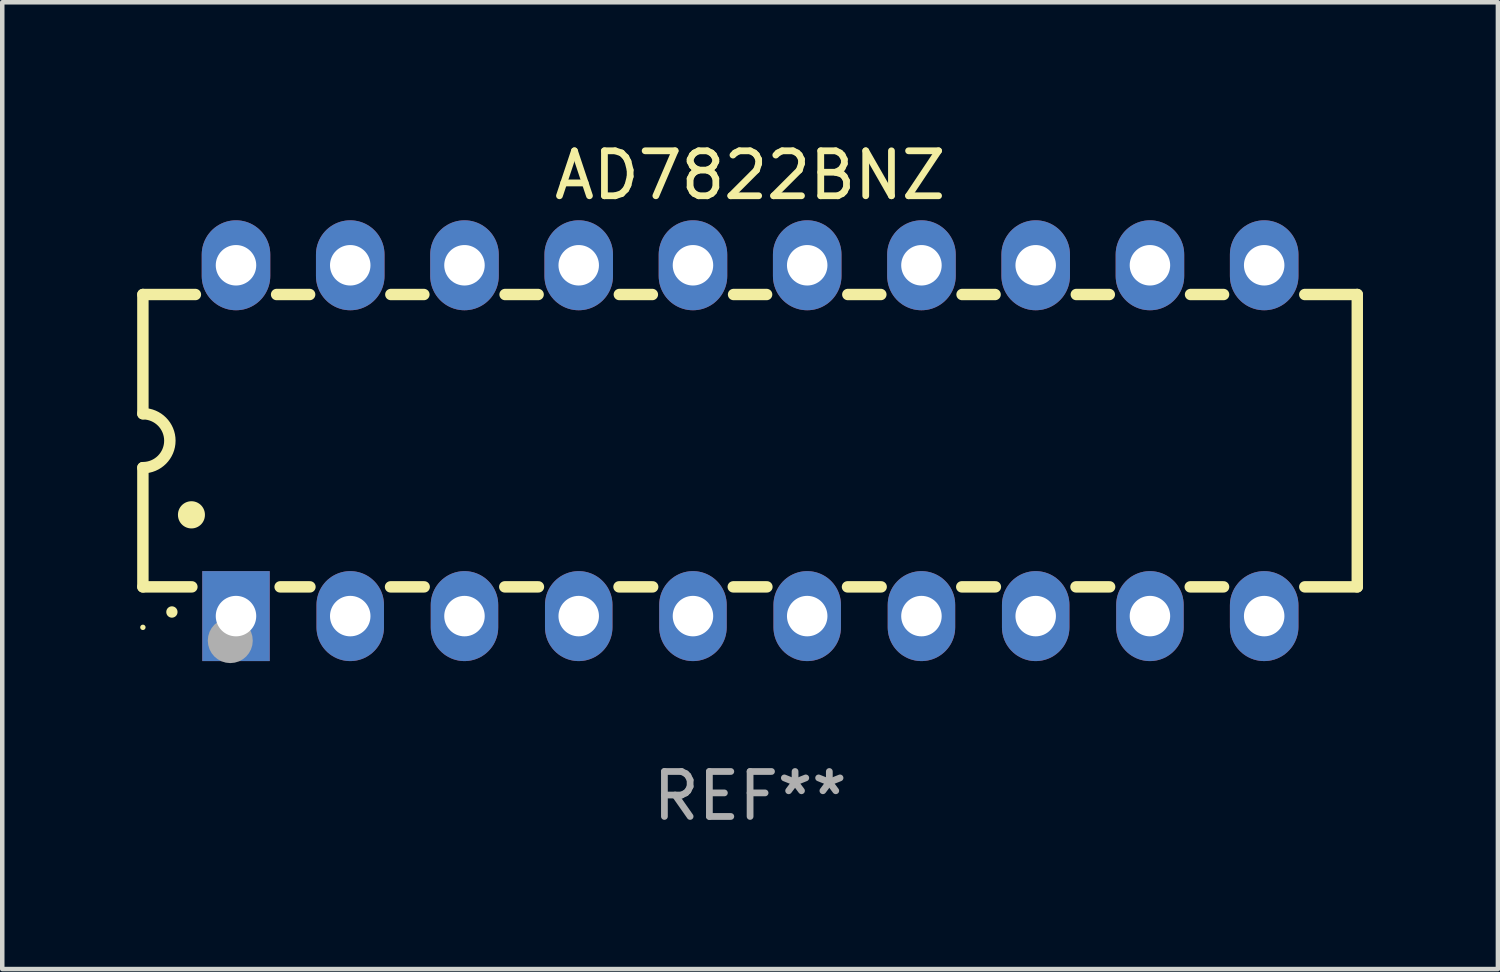
<source format=kicad_pcb>
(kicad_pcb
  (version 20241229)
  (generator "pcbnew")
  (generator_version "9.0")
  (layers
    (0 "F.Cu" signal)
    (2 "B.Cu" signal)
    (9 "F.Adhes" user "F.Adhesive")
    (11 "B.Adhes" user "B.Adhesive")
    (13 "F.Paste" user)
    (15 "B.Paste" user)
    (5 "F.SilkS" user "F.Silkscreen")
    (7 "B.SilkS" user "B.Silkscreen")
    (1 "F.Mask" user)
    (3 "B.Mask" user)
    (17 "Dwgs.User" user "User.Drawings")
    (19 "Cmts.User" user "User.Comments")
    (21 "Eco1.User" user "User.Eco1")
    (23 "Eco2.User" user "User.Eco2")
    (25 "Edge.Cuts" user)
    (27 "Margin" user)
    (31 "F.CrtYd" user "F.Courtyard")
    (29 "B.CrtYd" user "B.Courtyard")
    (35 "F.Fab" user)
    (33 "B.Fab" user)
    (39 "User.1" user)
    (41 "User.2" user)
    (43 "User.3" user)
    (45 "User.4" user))
  (footprint "AD7822BNZ"
    (layer "F.Cu")
    (at 13.627 6.748)
    (property "Reference" "AD7822BNZ" (at 0 -5.9 0) (layer "F.SilkS") (effects (font (size 1 1) (thickness 0.15))))
    (attr through_hole)
    (fp_line (start -13.5 -3.25) (end -12.333 -3.25) (stroke (width 0.254) (type solid)) (layer "F.SilkS"))
    (fp_line (start -13.5 -0.6) (end -13.5 -3.25) (stroke (width 0.254) (type solid)) (layer "F.SilkS"))
    (fp_line (start -13.5 3.25) (end -13.5 0.6) (stroke (width 0.254) (type solid)) (layer "F.SilkS"))
    (fp_line (start -13.5 3.25) (end -12.411 3.25) (stroke (width 0.254) (type solid)) (layer "F.SilkS"))
    (fp_line (start -10.527 -3.25) (end -9.793 -3.25) (stroke (width 0.254) (type solid)) (layer "F.SilkS"))
    (fp_line (start -10.449 3.25) (end -9.786 3.25) (stroke (width 0.254) (type solid)) (layer "F.SilkS"))
    (fp_line (start -7.994 3.25) (end -7.246 3.25) (stroke (width 0.254) (type solid)) (layer "F.SilkS"))
    (fp_line (start -7.987 -3.25) (end -7.253 -3.25) (stroke (width 0.254) (type solid)) (layer "F.SilkS"))
    (fp_line (start -5.454 3.25) (end -4.706 3.25) (stroke (width 0.254) (type solid)) (layer "F.SilkS"))
    (fp_line (start -5.447 -3.25) (end -4.713 -3.25) (stroke (width 0.254) (type solid)) (layer "F.SilkS"))
    (fp_line (start -2.914 3.25) (end -2.166 3.25) (stroke (width 0.254) (type solid)) (layer "F.SilkS"))
    (fp_line (start -2.907 -3.25) (end -2.173 -3.25) (stroke (width 0.254) (type solid)) (layer "F.SilkS"))
    (fp_line (start -0.374 3.25) (end 0.374 3.25) (stroke (width 0.254) (type solid)) (layer "F.SilkS"))
    (fp_line (start -0.367 -3.25) (end 0.367 -3.25) (stroke (width 0.254) (type solid)) (layer "F.SilkS"))
    (fp_line (start 2.166 3.25) (end 2.914 3.25) (stroke (width 0.254) (type solid)) (layer "F.SilkS"))
    (fp_line (start 2.173 -3.25) (end 2.907 -3.25) (stroke (width 0.254) (type solid)) (layer "F.SilkS"))
    (fp_line (start 4.706 3.25) (end 5.454 3.25) (stroke (width 0.254) (type solid)) (layer "F.SilkS"))
    (fp_line (start 4.713 -3.25) (end 5.447 -3.25) (stroke (width 0.254) (type solid)) (layer "F.SilkS"))
    (fp_line (start 7.246 3.25) (end 7.994 3.25) (stroke (width 0.254) (type solid)) (layer "F.SilkS"))
    (fp_line (start 7.253 -3.25) (end 7.987 -3.25) (stroke (width 0.254) (type solid)) (layer "F.SilkS"))
    (fp_line (start 9.786 3.25) (end 10.527 3.25) (stroke (width 0.254) (type solid)) (layer "F.SilkS"))
    (fp_line (start 9.793 -3.25) (end 10.527 -3.25) (stroke (width 0.254) (type solid)) (layer "F.SilkS"))
    (fp_line (start 12.333 -3.25) (end 13.5 -3.25) (stroke (width 0.254) (type solid)) (layer "F.SilkS"))
    (fp_line (start 12.333 3.25) (end 13.5 3.25) (stroke (width 0.254) (type solid)) (layer "F.SilkS"))
    (fp_line (start 13.5 -3.25) (end 13.5 3.25) (stroke (width 0.254) (type solid)) (layer "F.SilkS"))
    (fp_arc (start -13.500127 -0.599442) (mid -12.900406 0.000228) (end -13.500025 0.6) (stroke (width 0.254001) (type solid)) (layer "F.SilkS"))
    (fp_arc (start -12.854966 3.810008) (mid -12.854973 3.808738) (end -12.854966 3.807468) (stroke (width 0.25) (type solid)) (layer "F.SilkS"))
    (fp_arc (start -12.420625 1.651003) (mid -12.420636 1.648463) (end -12.420625 1.645923) (stroke (width 0.6) (type solid)) (layer "F.SilkS"))
    (fp_circle (center -13.5 4.15) (end -13.47 4.15) (stroke (width 0.06) (type solid)) (fill no) (layer "F.SilkS"))
    (fp_circle (center -11.557 4.445) (end -11.307 4.445) (stroke (width 0.5) (type solid)) (fill no) (layer "F.Fab"))
    (fp_text user "REF**" (at 0 7.9 0) (layer "F.Fab") (effects (font (size 1 1) (thickness 0.15))))
    (pad "1" thru_hole rect (at -11.43 3.9 90) (size 2 1.5) (drill 0.9) (layers "*.Cu" "*.Mask"))
    (pad "2" thru_hole oval (at -8.89 3.9 90) (size 2 1.5) (drill 0.9) (layers "*.Cu" "*.Mask"))
    (pad "3" thru_hole oval (at -6.35 3.9 90) (size 2 1.5) (drill 0.9) (layers "*.Cu" "*.Mask"))
    (pad "4" thru_hole oval (at -3.81 3.9 90) (size 2 1.5) (drill 0.9) (layers "*.Cu" "*.Mask"))
    (pad "5" thru_hole oval (at -1.27 3.9 90) (size 2 1.5) (drill 0.9) (layers "*.Cu" "*.Mask"))
    (pad "6" thru_hole oval (at 1.27 3.9 90) (size 2 1.5) (drill 0.9) (layers "*.Cu" "*.Mask"))
    (pad "7" thru_hole oval (at 3.81 3.9 90) (size 2 1.5) (drill 0.9) (layers "*.Cu" "*.Mask"))
    (pad "8" thru_hole oval (at 6.35 3.9 90) (size 2 1.5) (drill 0.9) (layers "*.Cu" "*.Mask"))
    (pad "9" thru_hole oval (at 8.89 3.9 90) (size 2 1.5) (drill 0.9) (layers "*.Cu" "*.Mask"))
    (pad "10" thru_hole oval (at 11.43 3.9 90) (size 2 1.524) (drill 0.9) (layers "*.Cu" "*.Mask"))
    (pad "11" thru_hole oval (at 11.43 -3.9 90) (size 2 1.524) (drill 0.9) (layers "*.Cu" "*.Mask"))
    (pad "12" thru_hole oval (at 8.89 -3.9 90) (size 2 1.524) (drill 0.9) (layers "*.Cu" "*.Mask"))
    (pad "13" thru_hole oval (at 6.35 -3.9 90) (size 2 1.524) (drill 0.9) (layers "*.Cu" "*.Mask"))
    (pad "14" thru_hole oval (at 3.81 -3.9 90) (size 2 1.524) (drill 0.9) (layers "*.Cu" "*.Mask"))
    (pad "15" thru_hole oval (at 1.27 -3.9 90) (size 2 1.524) (drill 0.9) (layers "*.Cu" "*.Mask"))
    (pad "16" thru_hole oval (at -1.27 -3.9 90) (size 2 1.524) (drill 0.9) (layers "*.Cu" "*.Mask"))
    (pad "17" thru_hole oval (at -3.81 -3.9 90) (size 2 1.524) (drill 0.9) (layers "*.Cu" "*.Mask"))
    (pad "18" thru_hole oval (at -6.35 -3.9 90) (size 2 1.524) (drill 0.9) (layers "*.Cu" "*.Mask"))
    (pad "19" thru_hole oval (at -8.89 -3.9 90) (size 2 1.524) (drill 0.9) (layers "*.Cu" "*.Mask"))
    (pad "20" thru_hole oval (at -11.43 -3.9 90) (size 2 1.524) (drill 0.9) (layers "*.Cu" "*.Mask")))
  (gr_rect
    (start -3 -3)
    (end 30.254 18.496)
    (stroke (width 0.1) (type default))
    (fill no)
    (layer "Edge.Cuts")))
</source>
